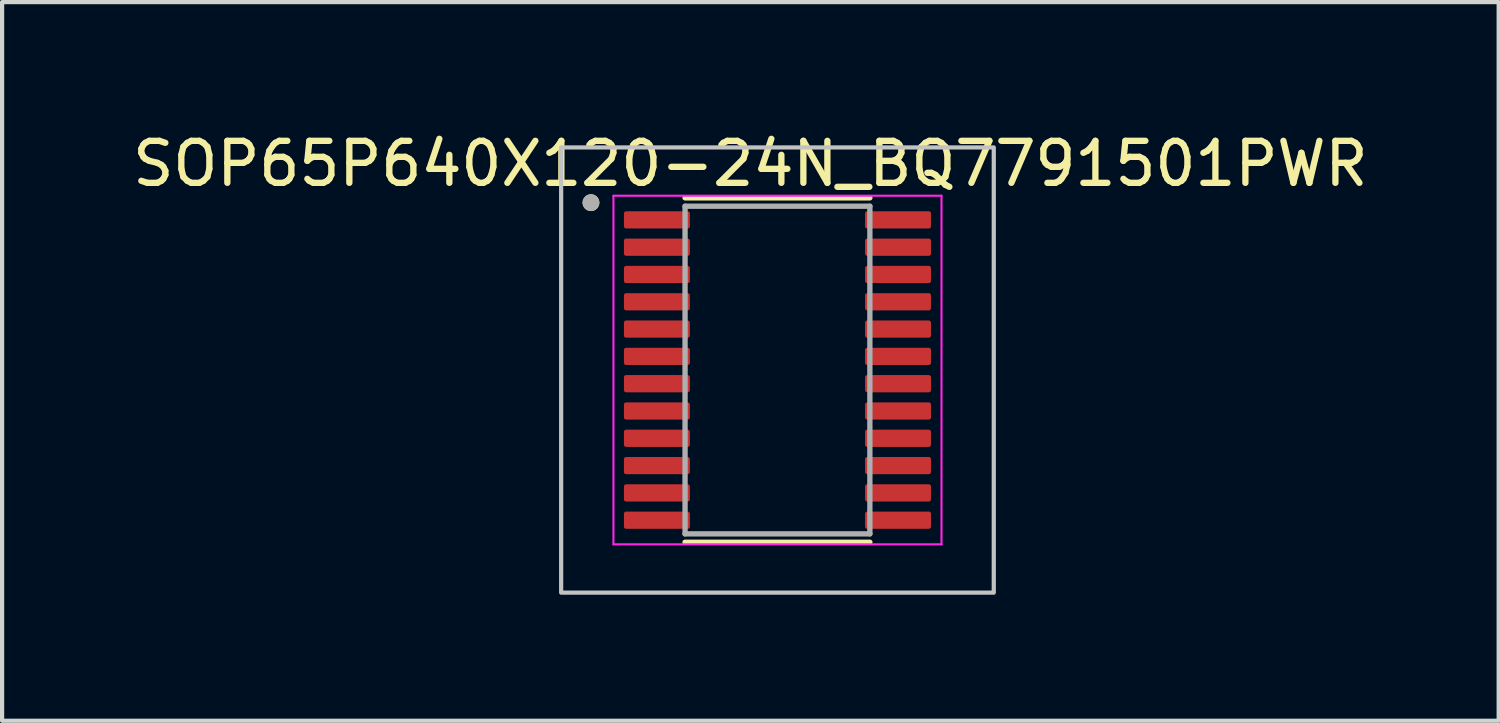
<source format=kicad_pcb>
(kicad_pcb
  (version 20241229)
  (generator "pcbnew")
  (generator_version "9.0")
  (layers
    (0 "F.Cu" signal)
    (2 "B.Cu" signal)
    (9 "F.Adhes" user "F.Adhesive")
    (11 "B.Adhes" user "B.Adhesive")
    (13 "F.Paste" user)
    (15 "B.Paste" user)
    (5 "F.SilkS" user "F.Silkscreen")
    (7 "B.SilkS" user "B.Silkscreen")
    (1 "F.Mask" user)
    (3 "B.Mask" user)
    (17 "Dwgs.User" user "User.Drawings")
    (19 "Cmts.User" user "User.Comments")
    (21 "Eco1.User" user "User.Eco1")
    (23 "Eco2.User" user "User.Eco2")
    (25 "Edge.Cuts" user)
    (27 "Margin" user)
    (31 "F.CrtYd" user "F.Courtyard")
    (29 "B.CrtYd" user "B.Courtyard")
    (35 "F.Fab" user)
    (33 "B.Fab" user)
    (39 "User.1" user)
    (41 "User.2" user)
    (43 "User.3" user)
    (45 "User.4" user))
  (footprint "SOP65P640X120-24N_BQ7791501PWR"
    (layer "F.Cu")
    (at 15.46 5.76)
    (property "Reference" "SOP65P640X120-24N_BQ7791501PWR" (at -0.645 -4.912 0) (layer "F.SilkS") (effects (font (size 1 1) (thickness 0.15))))
    (attr smd)
    (fp_line (start -2.2 -4.1) (end 2.2 -4.1) (stroke (width 0.127) (type solid)) (layer "F.SilkS"))
    (fp_line (start -2.2 4.1) (end 2.2 4.1) (stroke (width 0.127) (type solid)) (layer "F.SilkS"))
    (fp_circle (center -4.44 -3.985) (end -4.34 -3.985) (stroke (width 0.2) (type solid)) (fill no) (layer "F.SilkS"))
    (fp_rect (start -5.15 -5.3) (end 5.15 5.3) (stroke (width 0.1) (type default)) (fill no) (layer "Dwgs.User"))
    (fp_line (start -3.905 -4.15) (end -3.905 4.15) (stroke (width 0.05) (type solid)) (layer "F.CrtYd"))
    (fp_line (start -3.905 -4.15) (end 3.905 -4.15) (stroke (width 0.05) (type solid)) (layer "F.CrtYd"))
    (fp_line (start -3.905 4.15) (end 3.905 4.15) (stroke (width 0.05) (type solid)) (layer "F.CrtYd"))
    (fp_line (start 3.905 -4.15) (end 3.905 4.15) (stroke (width 0.05) (type solid)) (layer "F.CrtYd"))
    (fp_line (start -2.2 -3.9) (end -2.2 3.9) (stroke (width 0.127) (type solid)) (layer "F.Fab"))
    (fp_line (start -2.2 -3.9) (end 2.2 -3.9) (stroke (width 0.127) (type solid)) (layer "F.Fab"))
    (fp_line (start -2.2 3.9) (end 2.2 3.9) (stroke (width 0.127) (type solid)) (layer "F.Fab"))
    (fp_line (start 2.2 -3.9) (end 2.2 3.9) (stroke (width 0.127) (type solid)) (layer "F.Fab"))
    (fp_circle (center -4.44 -3.985) (end -4.34 -3.985) (stroke (width 0.2) (type solid)) (fill no) (layer "F.Fab"))
    (pad "1" smd roundrect (at -2.87 -3.575) (size 1.57 0.41) (layers "F.Cu" "F.Mask" "F.Paste") (roundrect_rratio 0.125))
    (pad "2" smd roundrect (at -2.87 -2.925) (size 1.57 0.41) (layers "F.Cu" "F.Mask" "F.Paste") (roundrect_rratio 0.125))
    (pad "3" smd roundrect (at -2.87 -2.275) (size 1.57 0.41) (layers "F.Cu" "F.Mask" "F.Paste") (roundrect_rratio 0.125))
    (pad "4" smd roundrect (at -2.87 -1.625) (size 1.57 0.41) (layers "F.Cu" "F.Mask" "F.Paste") (roundrect_rratio 0.125))
    (pad "5" smd roundrect (at -2.87 -0.975) (size 1.57 0.41) (layers "F.Cu" "F.Mask" "F.Paste") (roundrect_rratio 0.125))
    (pad "6" smd roundrect (at -2.87 -0.325) (size 1.57 0.41) (layers "F.Cu" "F.Mask" "F.Paste") (roundrect_rratio 0.125))
    (pad "7" smd roundrect (at -2.87 0.325) (size 1.57 0.41) (layers "F.Cu" "F.Mask" "F.Paste") (roundrect_rratio 0.125))
    (pad "8" smd roundrect (at -2.87 0.975) (size 1.57 0.41) (layers "F.Cu" "F.Mask" "F.Paste") (roundrect_rratio 0.125))
    (pad "9" smd roundrect (at -2.87 1.625) (size 1.57 0.41) (layers "F.Cu" "F.Mask" "F.Paste") (roundrect_rratio 0.125))
    (pad "10" smd roundrect (at -2.87 2.275) (size 1.57 0.41) (layers "F.Cu" "F.Mask" "F.Paste") (roundrect_rratio 0.125))
    (pad "11" smd roundrect (at -2.87 2.925) (size 1.57 0.41) (layers "F.Cu" "F.Mask" "F.Paste") (roundrect_rratio 0.125))
    (pad "12" smd roundrect (at -2.87 3.575) (size 1.57 0.41) (layers "F.Cu" "F.Mask" "F.Paste") (roundrect_rratio 0.125))
    (pad "13" smd roundrect (at 2.87 3.575) (size 1.57 0.41) (layers "F.Cu" "F.Mask" "F.Paste") (roundrect_rratio 0.125))
    (pad "14" smd roundrect (at 2.87 2.925) (size 1.57 0.41) (layers "F.Cu" "F.Mask" "F.Paste") (roundrect_rratio 0.125))
    (pad "15" smd roundrect (at 2.87 2.275) (size 1.57 0.41) (layers "F.Cu" "F.Mask" "F.Paste") (roundrect_rratio 0.125))
    (pad "16" smd roundrect (at 2.87 1.625) (size 1.57 0.41) (layers "F.Cu" "F.Mask" "F.Paste") (roundrect_rratio 0.125))
    (pad "17" smd roundrect (at 2.87 0.975) (size 1.57 0.41) (layers "F.Cu" "F.Mask" "F.Paste") (roundrect_rratio 0.125))
    (pad "18" smd roundrect (at 2.87 0.325) (size 1.57 0.41) (layers "F.Cu" "F.Mask" "F.Paste") (roundrect_rratio 0.125))
    (pad "19" smd roundrect (at 2.87 -0.325) (size 1.57 0.41) (layers "F.Cu" "F.Mask" "F.Paste") (roundrect_rratio 0.125))
    (pad "20" smd roundrect (at 2.87 -0.975) (size 1.57 0.41) (layers "F.Cu" "F.Mask" "F.Paste") (roundrect_rratio 0.125))
    (pad "21" smd roundrect (at 2.87 -1.625) (size 1.57 0.41) (layers "F.Cu" "F.Mask" "F.Paste") (roundrect_rratio 0.125))
    (pad "22" smd roundrect (at 2.87 -2.275) (size 1.57 0.41) (layers "F.Cu" "F.Mask" "F.Paste") (roundrect_rratio 0.125))
    (pad "23" smd roundrect (at 2.87 -2.925) (size 1.57 0.41) (layers "F.Cu" "F.Mask" "F.Paste") (roundrect_rratio 0.125))
    (pad "24" smd roundrect (at 2.87 -3.575) (size 1.57 0.41) (layers "F.Cu" "F.Mask" "F.Paste") (roundrect_rratio 0.125)))
  (gr_rect
    (start -3 -3)
    (end 32.631 14.11)
    (stroke (width 0.1) (type default))
    (fill no)
    (layer "Edge.Cuts")))
</source>
